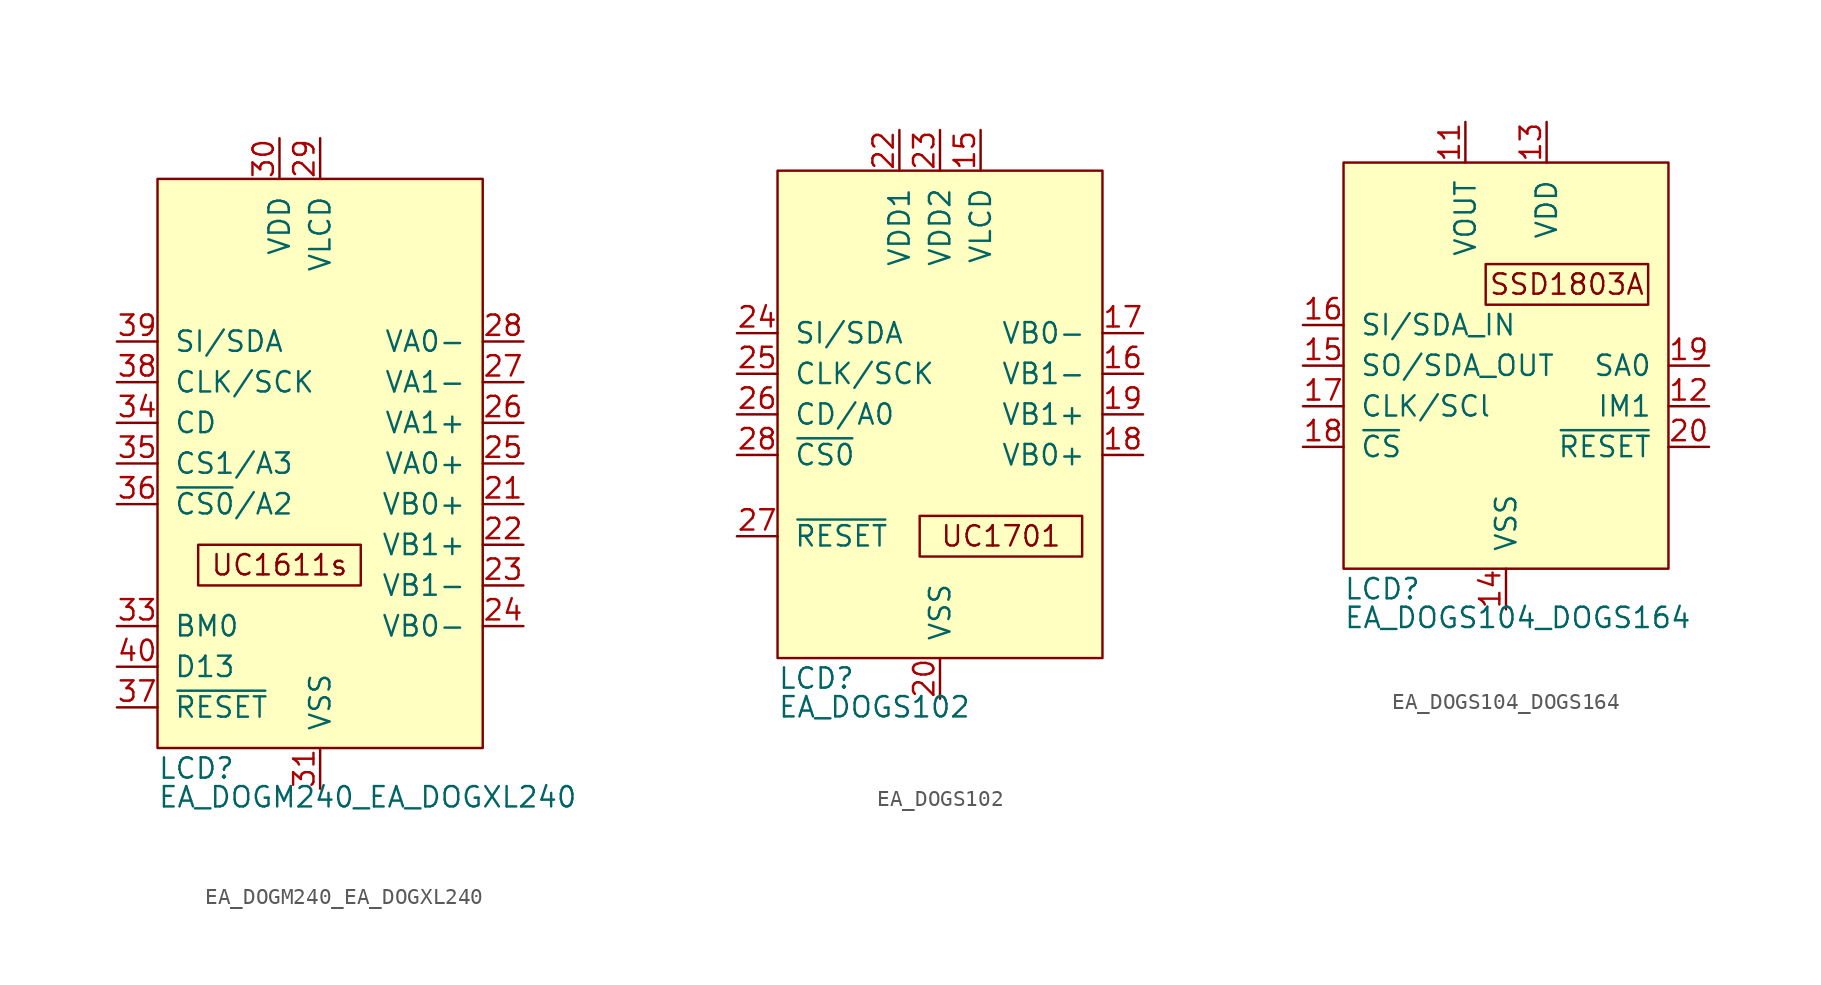
<source format=kicad_sym>
(kicad_symbol_lib
  (version 20211014)
  (generator kicad_symbol_editor)
  (symbol "EA_DOGM240_EA_DOGXL240"
    (pin_names
      (offset 1.016))
    (property "Reference" "LCD"
      (at -10.16 -19.05 0)
      (effects (font (size 1.27 1.27)) (justify left)))
    (property "Value" "EA_DOGM240_EA_DOGXL240"
      (at -10.16 -21.59 0)
      (effects (font (size 1.27 1.27)) (justify left bottom)))
    (symbol "EA_DOGM240_EA_DOGXL240_0_0"
      (rectangle (start -7.62 -5.08) (end 2.54 -7.62) (stroke (width 0) (type default) (color 0 0 0 0)) (fill (type none)))
      (text "UC1611s" (at -2.54 -6.35 0) (effects (font (size 1.27 1.27))))
      (pin no_connect line (at -2.54 3.81 270) (length 2.54) hide (name "~" (effects (font (size 1.27 1.27)))) (number "1" (effects (font (size 1.27 1.27)))))
      (pin no_connect line (at 2.54 -5.08 90) (length 2.54) hide (name "~" (effects (font (size 1.27 1.27)))) (number "18" (effects (font (size 1.27 1.27)))))
      (pin no_connect line (at 0 -5.08 90) (length 2.54) hide (name "~" (effects (font (size 1.27 1.27)))) (number "19" (effects (font (size 1.27 1.27)))))
      (pin no_connect line (at 0 3.81 270) (length 2.54) hide (name "~" (effects (font (size 1.27 1.27)))) (number "2" (effects (font (size 1.27 1.27)))))
      (pin no_connect line (at -2.54 -5.08 90) (length 2.54) hide (name "~" (effects (font (size 1.27 1.27)))) (number "20" (effects (font (size 1.27 1.27)))))
      (pin power_in line (at 12.7 -2.54 180) (length 2.54) (name "VB0+" (effects (font (size 1.27 1.27)))) (number "21" (effects (font (size 1.27 1.27)))))
      (pin power_in line (at 12.7 -5.08 180) (length 2.54) (name "VB1+" (effects (font (size 1.27 1.27)))) (number "22" (effects (font (size 1.27 1.27)))))
      (pin power_in line (at 12.7 -7.62 180) (length 2.54) (name "VB1-" (effects (font (size 1.27 1.27)))) (number "23" (effects (font (size 1.27 1.27)))))
      (pin power_in line (at 12.7 -10.16 180) (length 2.54) (name "VB0-" (effects (font (size 1.27 1.27)))) (number "24" (effects (font (size 1.27 1.27)))))
      (pin power_in line (at 12.7 0 180) (length 2.54) (name "VA0+" (effects (font (size 1.27 1.27)))) (number "25" (effects (font (size 1.27 1.27)))))
      (pin power_in line (at 12.7 2.54 180) (length 2.54) (name "VA1+" (effects (font (size 1.27 1.27)))) (number "26" (effects (font (size 1.27 1.27)))))
      (pin power_in line (at 12.7 5.08 180) (length 2.54) (name "VA1-" (effects (font (size 1.27 1.27)))) (number "27" (effects (font (size 1.27 1.27)))))
      (pin power_in line (at 12.7 7.62 180) (length 2.54) (name "VA0-" (effects (font (size 1.27 1.27)))) (number "28" (effects (font (size 1.27 1.27)))))
      (pin power_in line (at 0 20.32 270) (length 2.54) (name "VLCD" (effects (font (size 1.27 1.27)))) (number "29" (effects (font (size 1.27 1.27)))))
      (pin no_connect line (at 2.54 3.81 270) (length 2.54) hide (name "~" (effects (font (size 1.27 1.27)))) (number "3" (effects (font (size 1.27 1.27)))))
      (pin power_in line (at -2.54 20.32 270) (length 2.54) (name "VDD" (effects (font (size 1.27 1.27)))) (number "30" (effects (font (size 1.27 1.27)))))
      (pin power_in line (at 0 -20.32 90) (length 2.54) (name "VSS" (effects (font (size 1.27 1.27)))) (number "31" (effects (font (size 1.27 1.27)))))
      (pin passive line (at 0 -20.32 90) (length 2.54) hide (name "VSS" (effects (font (size 1.27 1.27)))) (number "32" (effects (font (size 1.27 1.27)))))
      (pin input line (at -12.7 -10.16 0) (length 2.54) (name "BM0" (effects (font (size 1.27 1.27)))) (number "33" (effects (font (size 1.27 1.27)))))
      (pin input line (at -12.7 2.54 0) (length 2.54) (name "CD" (effects (font (size 1.27 1.27)))) (number "34" (effects (font (size 1.27 1.27)))))
      (pin input line (at -12.7 0 0) (length 2.54) (name "CS1/A3" (effects (font (size 1.27 1.27)))) (number "35" (effects (font (size 1.27 1.27)))))
      (pin input line (at -12.7 -2.54 0) (length 2.54) (name "~{CS0}/A2" (effects (font (size 1.27 1.27)))) (number "36" (effects (font (size 1.27 1.27)))))
      (pin input line (at -12.7 -15.24 0) (length 2.54) (name "~{RESET}" (effects (font (size 1.27 1.27)))) (number "37" (effects (font (size 1.27 1.27)))))
      (pin bidirectional line (at -12.7 5.08 0) (length 2.54) (name "CLK/SCK" (effects (font (size 1.27 1.27)))) (number "38" (effects (font (size 1.27 1.27)))))
      (pin bidirectional line (at -12.7 7.62 0) (length 2.54) (name "SI/SDA" (effects (font (size 1.27 1.27)))) (number "39" (effects (font (size 1.27 1.27)))))
      (pin input line (at -12.7 -12.7 0) (length 2.54) (name "D13" (effects (font (size 1.27 1.27)))) (number "40" (effects (font (size 1.27 1.27))))))
    (symbol "EA_DOGM240_EA_DOGXL240_0_1"
      (rectangle (start -10.16 17.78) (end 10.16 -17.78) (stroke (width 0) (type default) (color 0 0 0 0)) (fill (type background)))))
  (symbol "EA_DOGS102"
    (pin_names
      (offset 1.016))
    (property "Reference" "LCD"
      (at -10.16 -16.51 0)
      (effects (font (size 1.27 1.27)) (justify left)))
    (property "Value" "EA_DOGS102"
      (at -10.16 -19.05 0)
      (effects (font (size 1.27 1.27)) (justify left bottom)))
    (symbol "EA_DOGS102_0_0"
      (rectangle (start -1.27 -6.35) (end 8.89 -8.89) (stroke (width 0) (type default) (color 0 0 0 0)) (fill (type none)))
      (text "UC1701" (at 3.81 -7.62 0) (effects (font (size 1.27 1.27))))
      (pin no_connect line (at -1.27 -5.08 180) (length 2.54) hide (name "~" (effects (font (size 1.27 1.27)))) (number "1" (effects (font (size 1.27 1.27)))))
      (pin no_connect line (at -1.27 -10.16 180) (length 2.54) hide (name "~" (effects (font (size 1.27 1.27)))) (number "13" (effects (font (size 1.27 1.27)))))
      (pin no_connect line (at -1.27 -12.7 180) (length 2.54) hide (name "~" (effects (font (size 1.27 1.27)))) (number "14" (effects (font (size 1.27 1.27)))))
      (pin power_in line (at 2.54 17.78 270) (length 2.54) (name "VLCD" (effects (font (size 1.27 1.27)))) (number "15" (effects (font (size 1.27 1.27)))))
      (pin passive line (at 12.7 2.54 180) (length 2.54) (name "VB1-" (effects (font (size 1.27 1.27)))) (number "16" (effects (font (size 1.27 1.27)))))
      (pin passive line (at 12.7 5.08 180) (length 2.54) (name "VB0-" (effects (font (size 1.27 1.27)))) (number "17" (effects (font (size 1.27 1.27)))))
      (pin passive line (at 12.7 -2.54 180) (length 2.54) (name "VB0+" (effects (font (size 1.27 1.27)))) (number "18" (effects (font (size 1.27 1.27)))))
      (pin passive line (at 12.7 0 180) (length 2.54) (name "VB1+" (effects (font (size 1.27 1.27)))) (number "19" (effects (font (size 1.27 1.27)))))
      (pin no_connect line (at -1.27 -7.62 180) (length 2.54) hide (name "~" (effects (font (size 1.27 1.27)))) (number "2" (effects (font (size 1.27 1.27)))))
      (pin power_in line (at 0 -17.78 90) (length 2.54) (name "VSS" (effects (font (size 1.27 1.27)))) (number "20" (effects (font (size 1.27 1.27)))))
      (pin passive line (at 0 -17.78 90) (length 2.54) hide (name "VSS" (effects (font (size 1.27 1.27)))) (number "21" (effects (font (size 1.27 1.27)))))
      (pin power_in line (at -2.54 17.78 270) (length 2.54) (name "VDD1" (effects (font (size 1.27 1.27)))) (number "22" (effects (font (size 1.27 1.27)))))
      (pin power_in line (at 0 17.78 270) (length 2.54) (name "VDD2" (effects (font (size 1.27 1.27)))) (number "23" (effects (font (size 1.27 1.27)))))
      (pin bidirectional line (at -12.7 5.08 0) (length 2.54) (name "SI/SDA" (effects (font (size 1.27 1.27)))) (number "24" (effects (font (size 1.27 1.27)))))
      (pin bidirectional line (at -12.7 2.54 0) (length 2.54) (name "CLK/SCK" (effects (font (size 1.27 1.27)))) (number "25" (effects (font (size 1.27 1.27)))))
      (pin input line (at -12.7 0 0) (length 2.54) (name "CD/A0" (effects (font (size 1.27 1.27)))) (number "26" (effects (font (size 1.27 1.27)))))
      (pin input line (at -12.7 -7.62 0) (length 2.54) (name "~{RESET}" (effects (font (size 1.27 1.27)))) (number "27" (effects (font (size 1.27 1.27)))))
      (pin input line (at -12.7 -2.54 0) (length 2.54) (name "~{CS0}" (effects (font (size 1.27 1.27)))) (number "28" (effects (font (size 1.27 1.27))))))
    (symbol "EA_DOGS102_0_1"
      (rectangle (start -10.16 15.24) (end 10.16 -15.24) (stroke (width 0) (type default) (color 0 0 0 0)) (fill (type background)))))
  (symbol "EA_DOGS104_DOGS164"
    (pin_names
      (offset 1.016))
    (property "Reference" "LCD"
      (at -10.16 -8.89 0)
      (effects (font (size 1.27 1.27)) (justify left)))
    (property "Value" "EA_DOGS104_DOGS164"
      (at -10.16 -11.43 0)
      (effects (font (size 1.27 1.27)) (justify left bottom)))
    (symbol "EA_DOGS104_DOGS164_0_0"
      (rectangle (start -1.27 11.43) (end 8.89 8.89) (stroke (width 0) (type default) (color 0 0 0 0)) (fill (type none)))
      (text "SSD1803A" (at 3.81 10.16 0) (effects (font (size 1.27 1.27))))
      (pin no_connect line (at -2.54 8.89 180) (length 2.54) hide (name "~" (effects (font (size 1.27 1.27)))) (number "1" (effects (font (size 1.27 1.27)))))
      (pin no_connect line (at -2.54 1.27 180) (length 2.54) hide (name "~" (effects (font (size 1.27 1.27)))) (number "10" (effects (font (size 1.27 1.27)))))
      (pin power_in line (at -2.54 20.32 270) (length 2.54) (name "VOUT" (effects (font (size 1.27 1.27)))) (number "11" (effects (font (size 1.27 1.27)))))
      (pin input line (at 12.7 2.54 180) (length 2.54) (name "IM1" (effects (font (size 1.27 1.27)))) (number "12" (effects (font (size 1.27 1.27)))))
      (pin power_in line (at 2.54 20.32 270) (length 2.54) (name "VDD" (effects (font (size 1.27 1.27)))) (number "13" (effects (font (size 1.27 1.27)))))
      (pin power_in line (at 0 -10.16 90) (length 2.54) (name "VSS" (effects (font (size 1.27 1.27)))) (number "14" (effects (font (size 1.27 1.27)))))
      (pin output line (at -12.7 5.08 0) (length 2.54) (name "SO/SDA_OUT" (effects (font (size 1.27 1.27)))) (number "15" (effects (font (size 1.27 1.27)))))
      (pin input line (at -12.7 7.62 0) (length 2.54) (name "SI/SDA_IN" (effects (font (size 1.27 1.27)))) (number "16" (effects (font (size 1.27 1.27)))))
      (pin input line (at -12.7 2.54 0) (length 2.54) (name "CLK/SCl" (effects (font (size 1.27 1.27)))) (number "17" (effects (font (size 1.27 1.27)))))
      (pin input line (at -12.7 0 0) (length 2.54) (name "~{CS}" (effects (font (size 1.27 1.27)))) (number "18" (effects (font (size 1.27 1.27)))))
      (pin input line (at 12.7 5.08 180) (length 2.54) (name "SA0" (effects (font (size 1.27 1.27)))) (number "19" (effects (font (size 1.27 1.27)))))
      (pin no_connect line (at -2.54 6.35 180) (length 2.54) hide (name "~" (effects (font (size 1.27 1.27)))) (number "2" (effects (font (size 1.27 1.27)))))
      (pin input line (at 12.7 0 180) (length 2.54) (name "~{RESET}" (effects (font (size 1.27 1.27)))) (number "20" (effects (font (size 1.27 1.27)))))
      (pin no_connect line (at -2.54 3.81 180) (length 2.54) hide (name "~" (effects (font (size 1.27 1.27)))) (number "9" (effects (font (size 1.27 1.27))))))
    (symbol "EA_DOGS104_DOGS164_0_1"
      (rectangle (start -10.16 17.78) (end 10.16 -7.62) (stroke (width 0) (type default) (color 0 0 0 0)) (fill (type background))))))
</source>
